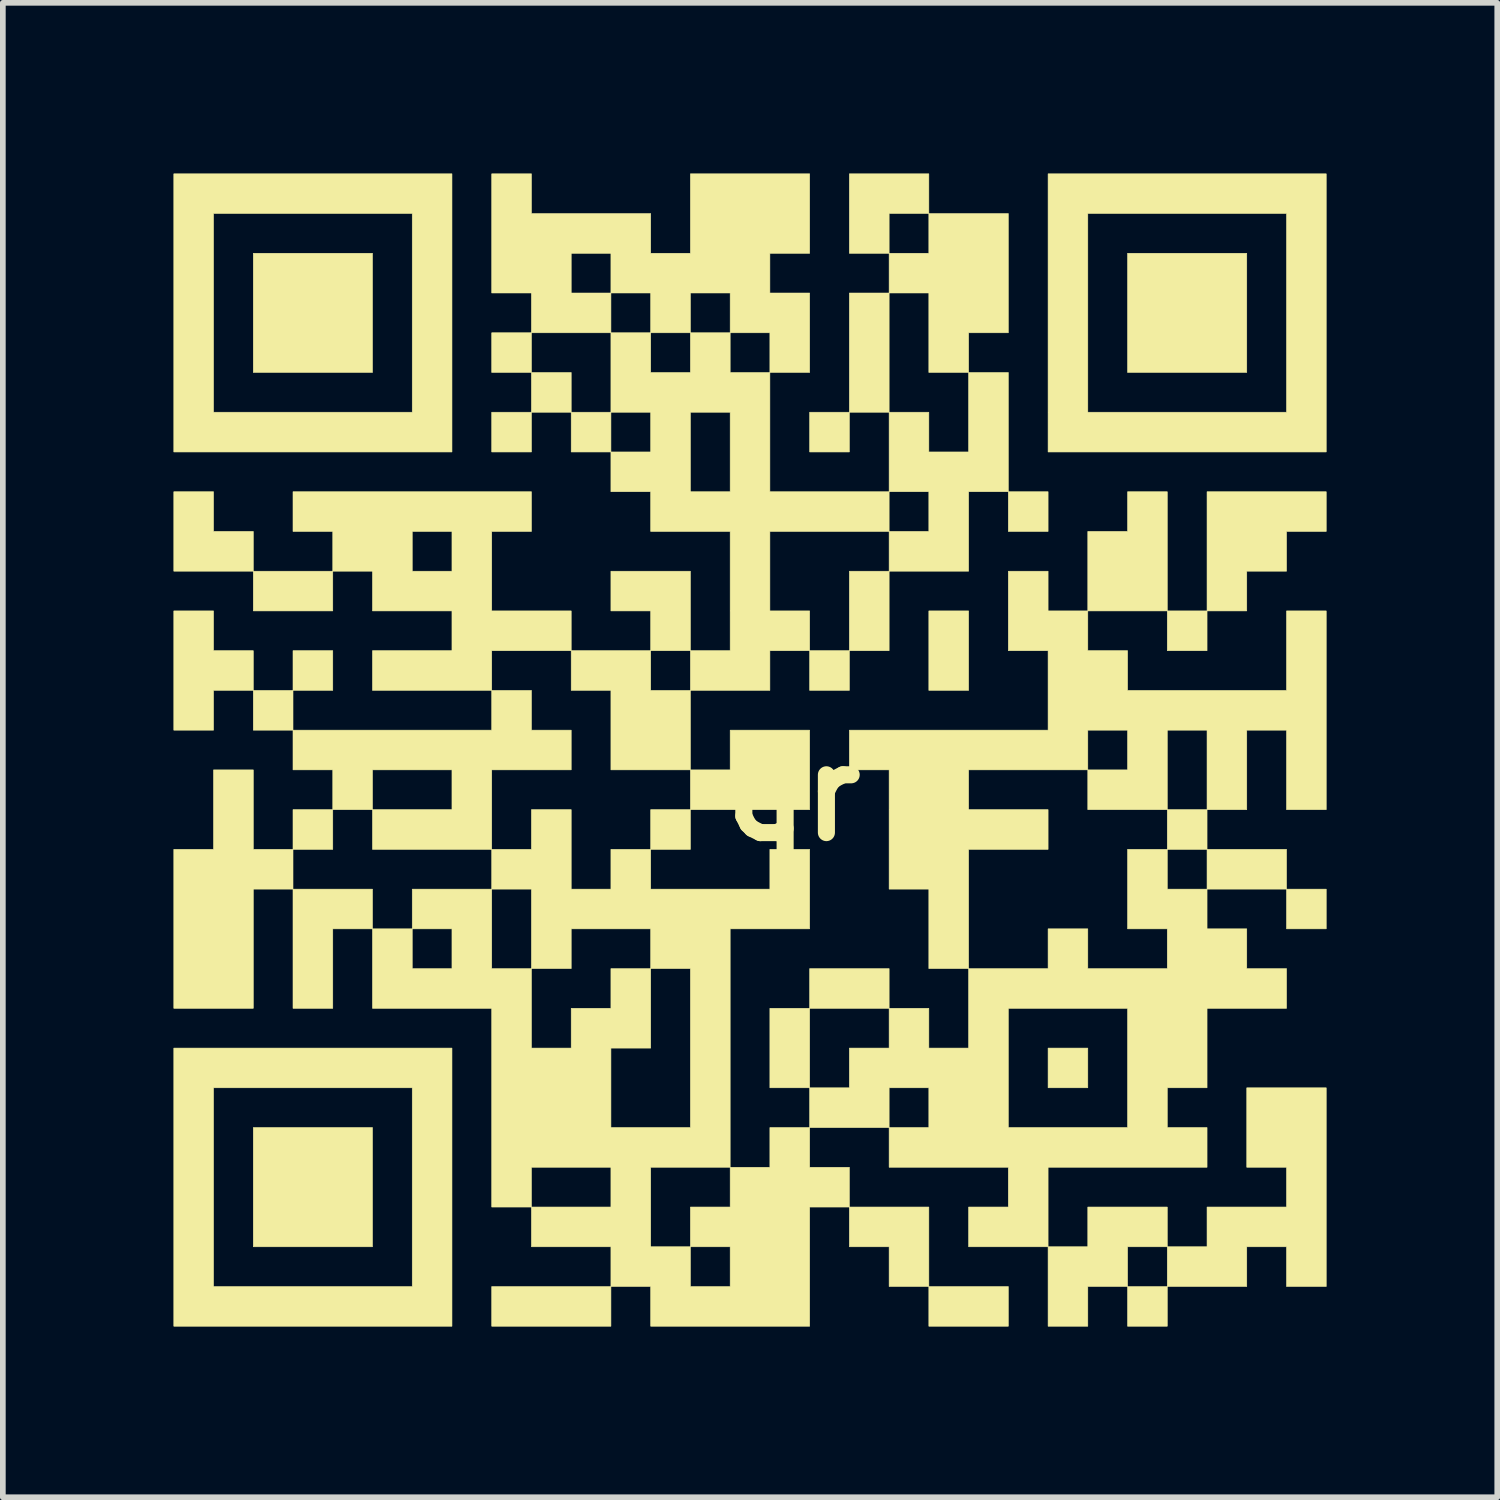
<source format=kicad_pcb>
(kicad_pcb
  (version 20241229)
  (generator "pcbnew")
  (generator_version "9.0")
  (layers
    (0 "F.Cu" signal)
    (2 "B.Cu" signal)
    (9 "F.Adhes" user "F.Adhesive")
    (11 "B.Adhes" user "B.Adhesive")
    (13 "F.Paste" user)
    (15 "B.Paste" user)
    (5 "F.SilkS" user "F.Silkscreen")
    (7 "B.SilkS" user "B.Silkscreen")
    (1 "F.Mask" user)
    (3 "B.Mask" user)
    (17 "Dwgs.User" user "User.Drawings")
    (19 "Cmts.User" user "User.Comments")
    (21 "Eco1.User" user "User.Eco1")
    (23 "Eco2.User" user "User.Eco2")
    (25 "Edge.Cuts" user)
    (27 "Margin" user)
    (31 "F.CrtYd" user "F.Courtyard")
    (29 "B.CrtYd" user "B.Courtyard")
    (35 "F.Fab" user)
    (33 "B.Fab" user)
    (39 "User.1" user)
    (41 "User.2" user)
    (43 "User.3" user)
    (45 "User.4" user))
  (footprint "qr"
    (layer "F.Cu")
    (at 10.895 10.895)
    (property "Reference" "qr" (at 0 0 0) (layer "F.SilkS") (effects (font (size 1.524 1.524) (thickness 0.3))))
    (attr through_hole)
    (fp_poly (pts (xy -8.795 -2.508) (xy -8.096 -2.508) (xy -8.096 -1.81) (xy -8.795 -1.81) (xy -8.795 -2.508)) (stroke (width 0.01) (type solid)) (fill yes) (layer "F.SilkS"))
    (fp_poly (pts (xy -8.795 -1.81) (xy -8.795 -1.111) (xy -9.493 -1.111) (xy -9.493 -1.81) (xy -8.795 -1.81)) (stroke (width 0.01) (type solid)) (fill yes) (layer "F.SilkS"))
    (fp_poly (pts (xy -8.795 0.286) (xy -8.096 0.286) (xy -8.096 0.984) (xy -8.795 0.984) (xy -8.795 0.286)) (stroke (width 0.01) (type solid)) (fill yes) (layer "F.SilkS"))
    (fp_poly (pts (xy -8.096 -3.905) (xy -8.096 -3.207) (xy -9.493 -3.207) (xy -9.493 -3.905) (xy -8.096 -3.905)) (stroke (width 0.01) (type solid)) (fill yes) (layer "F.SilkS"))
    (fp_poly (pts (xy -7.398 -7.398) (xy -9.493 -7.398) (xy -9.493 -9.493) (xy -7.398 -9.493) (xy -7.398 -7.398)) (stroke (width 0.01) (type solid)) (fill yes) (layer "F.SilkS"))
    (fp_poly (pts (xy -7.398 7.969) (xy -9.493 7.969) (xy -9.493 5.874) (xy -7.398 5.874) (xy -7.398 7.969)) (stroke (width 0.01) (type solid)) (fill yes) (layer "F.SilkS"))
    (fp_poly (pts (xy -5.302 -7.398) (xy -5.302 -8.096) (xy -4.604 -8.096) (xy -4.604 -7.398) (xy -5.302 -7.398)) (stroke (width 0.01) (type solid)) (fill yes) (layer "F.SilkS"))
    (fp_poly (pts (xy -4.604 -7.398) (xy -3.905 -7.398) (xy -3.905 -6.699) (xy -4.604 -6.699) (xy -4.604 -7.398)) (stroke (width 0.01) (type solid)) (fill yes) (layer "F.SilkS"))
    (fp_poly (pts (xy -4.604 -6.001) (xy -5.302 -6.001) (xy -5.302 -6.699) (xy -4.604 -6.699) (xy -4.604 -6.001)) (stroke (width 0.01) (type solid)) (fill yes) (layer "F.SilkS"))
    (fp_poly (pts (xy -3.207 9.366) (xy -5.302 9.366) (xy -5.302 8.668) (xy -3.207 8.668) (xy -3.207 9.366)) (stroke (width 0.01) (type solid)) (fill yes) (layer "F.SilkS"))
    (fp_poly (pts (xy -2.508 0.286) (xy -1.81 0.286) (xy -1.81 0.984) (xy -2.508 0.984) (xy -2.508 0.286)) (stroke (width 0.01) (type solid)) (fill yes) (layer "F.SilkS"))
    (fp_poly (pts (xy 0.984 -8.795) (xy 1.683 -8.795) (xy 1.683 -6.699) (xy 0.984 -6.699) (xy 0.984 -8.795)) (stroke (width 0.01) (type solid)) (fill yes) (layer "F.SilkS"))
    (fp_poly (pts (xy 0.984 -6.001) (xy 0.286 -6.001) (xy 0.286 -6.699) (xy 0.984 -6.699) (xy 0.984 -6.001)) (stroke (width 0.01) (type solid)) (fill yes) (layer "F.SilkS"))
    (fp_poly (pts (xy 3.08 -1.81) (xy 2.381 -1.81) (xy 2.381 -3.207) (xy 3.08 -3.207) (xy 3.08 -1.81)) (stroke (width 0.01) (type solid)) (fill yes) (layer "F.SilkS"))
    (fp_poly (pts (xy 3.778 8.668) (xy 3.778 9.366) (xy 2.381 9.366) (xy 2.381 8.668) (xy 3.778 8.668)) (stroke (width 0.01) (type solid)) (fill yes) (layer "F.SilkS"))
    (fp_poly (pts (xy 4.477 -4.604) (xy 3.778 -4.604) (xy 3.778 -5.302) (xy 4.477 -5.302) (xy 4.477 -4.604)) (stroke (width 0.01) (type solid)) (fill yes) (layer "F.SilkS"))
    (fp_poly (pts (xy 5.175 5.175) (xy 4.477 5.175) (xy 4.477 4.477) (xy 5.175 4.477) (xy 5.175 5.175)) (stroke (width 0.01) (type solid)) (fill yes) (layer "F.SilkS"))
    (fp_poly (pts (xy 7.271 -2.508) (xy 6.572 -2.508) (xy 6.572 -3.207) (xy 7.271 -3.207) (xy 7.271 -2.508)) (stroke (width 0.01) (type solid)) (fill yes) (layer "F.SilkS"))
    (fp_poly (pts (xy 7.271 0.984) (xy 8.668 0.984) (xy 8.668 1.683) (xy 7.271 1.683) (xy 7.271 0.984)) (stroke (width 0.01) (type solid)) (fill yes) (layer "F.SilkS"))
    (fp_poly (pts (xy 7.969 -7.398) (xy 5.874 -7.398) (xy 5.874 -9.493) (xy 7.969 -9.493) (xy 7.969 -7.398)) (stroke (width 0.01) (type solid)) (fill yes) (layer "F.SilkS"))
    (fp_poly (pts (xy 9.366 2.381) (xy 8.668 2.381) (xy 8.668 1.683) (xy 9.366 1.683) (xy 9.366 2.381)) (stroke (width 0.01) (type solid)) (fill yes) (layer "F.SilkS"))
    (fp_poly (pts (xy -10.89 -3.905) (xy -10.89 -5.302) (xy -10.192 -5.302) (xy -10.192 -4.604) (xy -9.493 -4.604) (xy -9.493 -3.905) (xy -10.89 -3.905)) (stroke (width 0.01) (type solid)) (fill yes) (layer "F.SilkS"))
    (fp_poly (pts (xy -7.398 2.381) (xy -8.096 2.381) (xy -8.096 3.778) (xy -8.795 3.778) (xy -8.795 1.683) (xy -7.398 1.683) (xy -7.398 2.381)) (stroke (width 0.01) (type solid)) (fill yes) (layer "F.SilkS"))
    (fp_poly (pts (xy -1.81 -0.413) (xy -1.111 -0.413) (xy -1.111 -1.111) (xy 0.286 -1.111) (xy 0.286 0.286) (xy -1.81 0.286) (xy -1.81 -0.413)) (stroke (width 0.01) (type solid)) (fill yes) (layer "F.SilkS"))
    (fp_poly (pts (xy 1.683 8.668) (xy 1.683 7.969) (xy 0.984 7.969) (xy 0.984 7.271) (xy 2.381 7.271) (xy 2.381 8.668) (xy 1.683 8.668)) (stroke (width 0.01) (type solid)) (fill yes) (layer "F.SilkS"))
    (fp_poly (pts (xy 5.175 -3.207) (xy 5.175 -4.604) (xy 5.874 -4.604) (xy 5.874 -5.302) (xy 6.572 -5.302) (xy 6.572 -3.207) (xy 5.175 -3.207)) (stroke (width 0.01) (type solid)) (fill yes) (layer "F.SilkS"))
    (fp_poly (pts (xy -10.192 -1.81) (xy -10.192 -1.111) (xy -10.89 -1.111) (xy -10.89 -3.207) (xy -10.192 -3.207) (xy -10.192 -2.508) (xy -9.493 -2.508) (xy -9.493 -1.81) (xy -10.192 -1.81)) (stroke (width 0.01) (type solid)) (fill yes) (layer "F.SilkS"))
    (fp_poly (pts (xy 7.271 -5.302) (xy 9.366 -5.302) (xy 9.366 -4.604) (xy 8.668 -4.604) (xy 8.668 -3.905) (xy 7.969 -3.905) (xy 7.969 -3.207) (xy 7.271 -3.207) (xy 7.271 -5.302)) (stroke (width 0.01) (type solid)) (fill yes) (layer "F.SilkS"))
    (fp_poly (pts (xy -8.795 1.683) (xy -9.493 1.683) (xy -9.493 3.778) (xy -10.89 3.778) (xy -10.89 0.984) (xy -10.192 0.984) (xy -10.192 -0.413) (xy -9.493 -0.413) (xy -9.493 0.984) (xy -8.795 0.984) (xy -8.795 1.683)) (stroke (width 0.01) (type solid)) (fill yes) (layer "F.SilkS"))
    (fp_poly (pts (xy -6.001 -6.001) (xy -10.89 -6.001) (xy -10.89 -10.192) (xy -10.192 -10.192) (xy -10.192 -6.699) (xy -6.699 -6.699) (xy -6.699 -10.192) (xy -10.192 -10.192) (xy -10.89 -10.192) (xy -10.89 -10.89) (xy -6.001 -10.89) (xy -6.001 -6.001)) (stroke (width 0.01) (type solid)) (fill yes) (layer "F.SilkS"))
    (fp_poly (pts (xy -6.001 9.366) (xy -10.89 9.366) (xy -10.89 5.175) (xy -10.192 5.175) (xy -10.192 8.668) (xy -6.699 8.668) (xy -6.699 5.175) (xy -10.192 5.175) (xy -10.89 5.175) (xy -10.89 4.477) (xy -6.001 4.477) (xy -6.001 9.366)) (stroke (width 0.01) (type solid)) (fill yes) (layer "F.SilkS"))
    (fp_poly (pts (xy 9.366 -6.001) (xy 4.477 -6.001) (xy 4.477 -10.192) (xy 5.175 -10.192) (xy 5.175 -6.699) (xy 8.668 -6.699) (xy 8.668 -10.192) (xy 5.175 -10.192) (xy 4.477 -10.192) (xy 4.477 -10.89) (xy 9.366 -10.89) (xy 9.366 -6.001)) (stroke (width 0.01) (type solid)) (fill yes) (layer "F.SilkS"))
    (fp_poly (pts (xy 1.683 -9.493) (xy 0.984 -9.493) (xy 0.984 -10.192) (xy 1.683 -10.192) (xy 1.683 -9.493) (xy 2.381 -9.493) (xy 2.381 -10.192) (xy 1.683 -10.192) (xy 0.984 -10.192) (xy 0.984 -10.89) (xy 2.381 -10.89) (xy 2.381 -10.192) (xy 3.778 -10.192) (xy 3.778 -8.096) (xy 3.08 -8.096) (xy 3.08 -7.398) (xy 2.381 -7.398) (xy 2.381 -8.795) (xy 1.683 -8.795) (xy 1.683 -9.493)) (stroke (width 0.01) (type solid)) (fill yes) (layer "F.SilkS"))
    (fp_poly (pts (xy -8.096 0.286) (xy -8.096 -0.413) (xy -7.398 -0.413) (xy -7.398 0.286) (xy -6.001 0.286) (xy -6.001 -0.413) (xy -7.398 -0.413) (xy -8.096 -0.413) (xy -8.795 -0.413) (xy -8.795 -1.111) (xy -5.302 -1.111) (xy -5.302 -1.81) (xy -4.604 -1.81) (xy -4.604 -1.111) (xy -3.905 -1.111) (xy -3.905 -0.413) (xy -5.302 -0.413) (xy -5.302 0.984) (xy -7.398 0.984) (xy -7.398 0.286) (xy -8.096 0.286)) (stroke (width 0.01) (type solid)) (fill yes) (layer "F.SilkS"))
    (fp_poly (pts (xy -7.398 -1.81) (xy -7.398 -2.508) (xy -6.001 -2.508) (xy -6.001 -3.207) (xy -7.398 -3.207) (xy -7.398 -3.905) (xy -8.096 -3.905) (xy -8.096 -4.604) (xy -6.699 -4.604) (xy -6.699 -3.905) (xy -6.001 -3.905) (xy -6.001 -4.604) (xy -6.699 -4.604) (xy -8.096 -4.604) (xy -8.795 -4.604) (xy -8.795 -5.302) (xy -4.604 -5.302) (xy -4.604 -4.604) (xy -5.302 -4.604) (xy -5.302 -3.207) (xy -3.905 -3.207) (xy -3.905 -2.508) (xy -5.302 -2.508) (xy -5.302 -1.81) (xy -7.398 -1.81)) (stroke (width 0.01) (type solid)) (fill yes) (layer "F.SilkS"))
    (fp_poly (pts (xy 5.175 7.969) (xy 5.874 7.969) (xy 5.874 8.668) (xy 6.572 8.668) (xy 6.572 7.969) (xy 5.874 7.969) (xy 5.175 7.969) (xy 5.175 7.271) (xy 6.572 7.271) (xy 6.572 7.969) (xy 7.271 7.969) (xy 7.271 7.271) (xy 8.668 7.271) (xy 8.668 6.572) (xy 7.969 6.572) (xy 7.969 5.175) (xy 9.366 5.175) (xy 9.366 8.668) (xy 8.668 8.668) (xy 8.668 7.969) (xy 7.969 7.969) (xy 7.969 8.668) (xy 6.572 8.668) (xy 6.572 9.366) (xy 5.874 9.366) (xy 5.874 8.668) (xy 5.175 8.668) (xy 5.175 9.366) (xy 4.477 9.366) (xy 4.477 7.969) (xy 5.175 7.969)) (stroke (width 0.01) (type solid)) (fill yes) (layer "F.SilkS"))
    (fp_poly (pts (xy 0.286 6.572) (xy 0.984 6.572) (xy 0.984 7.271) (xy 0.286 7.271) (xy 0.286 9.366) (xy -2.508 9.366) (xy -2.508 8.668) (xy -1.81 8.668) (xy -1.111 8.668) (xy -1.111 7.969) (xy -1.81 7.969) (xy -1.81 8.668) (xy -2.508 8.668) (xy -3.207 8.668) (xy -3.207 7.969) (xy -4.604 7.969) (xy -4.604 7.271) (xy -5.302 7.271) (xy -5.302 6.572) (xy -4.604 6.572) (xy -4.604 7.271) (xy -3.207 7.271) (xy -3.207 6.572) (xy -2.508 6.572) (xy -2.508 7.969) (xy -1.81 7.969) (xy -1.81 7.271) (xy -1.111 7.271) (xy -1.111 6.572) (xy -2.508 6.572) (xy -3.207 6.572) (xy -4.604 6.572) (xy -5.302 6.572) (xy -5.302 4.477) (xy -4.604 4.477) (xy -3.905 4.477) (xy -3.207 4.477) (xy -3.207 5.874) (xy -1.81 5.874) (xy -1.81 3.08) (xy -2.508 3.08) (xy -2.508 4.477) (xy -3.207 4.477) (xy -3.905 4.477) (xy -3.905 3.778) (xy -3.207 3.778) (xy -3.207 3.08) (xy -2.508 3.08) (xy -2.508 2.381) (xy -3.905 2.381) (xy -3.905 3.08) (xy -4.604 3.08) (xy -4.604 4.477) (xy -5.302 4.477) (xy -5.302 3.778) (xy -7.398 3.778) (xy -7.398 2.381) (xy -6.699 2.381) (xy -6.699 3.08) (xy -6.001 3.08) (xy -6.001 2.381) (xy -6.699 2.381) (xy -6.699 1.683) (xy -5.302 1.683) (xy -5.302 3.08) (xy -4.604 3.08) (xy -4.604 1.683) (xy -5.302 1.683) (xy -5.302 0.984) (xy -4.604 0.984) (xy -4.604 0.286) (xy -3.905 0.286) (xy -3.905 1.683) (xy -3.207 1.683) (xy -3.207 0.984) (xy -2.508 0.984) (xy -2.508 1.683) (xy -0.413 1.683) (xy -0.413 0.984) (xy 0.286 0.984) (xy 0.286 2.381) (xy -1.111 2.381) (xy -1.111 6.572) (xy -0.413 6.572) (xy -0.413 5.874) (xy 0.286 5.874) (xy 0.286 6.572)) (stroke (width 0.01) (type solid)) (fill yes) (layer "F.SilkS"))
    (fp_poly (pts (xy 2.381 3.778) (xy 2.381 4.477) (xy 3.08 4.477) (xy 3.08 3.778) (xy 3.778 3.778) (xy 3.778 5.874) (xy 5.874 5.874) (xy 5.874 3.778) (xy 3.778 3.778) (xy 3.08 3.778) (xy 3.08 3.08) (xy 2.381 3.08) (xy 2.381 1.683) (xy 1.683 1.683) (xy 1.683 -0.413) (xy 3.08 -0.413) (xy 3.08 0.286) (xy 4.477 0.286) (xy 4.477 0.984) (xy 3.08 0.984) (xy 3.08 3.08) (xy 4.477 3.08) (xy 4.477 2.381) (xy 5.175 2.381) (xy 5.175 3.08) (xy 6.572 3.08) (xy 6.572 2.381) (xy 5.874 2.381) (xy 5.874 0.984) (xy 6.572 0.984) (xy 6.572 0.286) (xy 5.175 0.286) (xy 5.175 -0.413) (xy 3.08 -0.413) (xy 1.683 -0.413) (xy 0.984 -0.413) (xy 0.984 -1.111) (xy 4.477 -1.111) (xy 5.175 -1.111) (xy 5.175 -0.413) (xy 5.874 -0.413) (xy 5.874 -1.111) (xy 6.572 -1.111) (xy 6.572 0.286) (xy 7.271 0.286) (xy 7.271 -1.111) (xy 6.572 -1.111) (xy 5.874 -1.111) (xy 5.175 -1.111) (xy 4.477 -1.111) (xy 4.477 -2.508) (xy 3.778 -2.508) (xy 3.778 -3.905) (xy 4.477 -3.905) (xy 4.477 -3.207) (xy 5.175 -3.207) (xy 5.175 -2.508) (xy 5.874 -2.508) (xy 5.874 -1.81) (xy 8.668 -1.81) (xy 8.668 -3.207) (xy 9.366 -3.207) (xy 9.366 0.286) (xy 8.668 0.286) (xy 8.668 -1.111) (xy 7.969 -1.111) (xy 7.969 0.286) (xy 7.271 0.286) (xy 7.271 0.984) (xy 6.572 0.984) (xy 6.572 1.683) (xy 7.271 1.683) (xy 7.271 2.381) (xy 7.969 2.381) (xy 7.969 3.08) (xy 8.668 3.08) (xy 8.668 3.778) (xy 7.271 3.778) (xy 7.271 5.175) (xy 6.572 5.175) (xy 6.572 5.874) (xy 7.271 5.874) (xy 7.271 6.572) (xy 4.477 6.572) (xy 4.477 7.969) (xy 3.08 7.969) (xy 3.08 7.271) (xy 3.778 7.271) (xy 3.778 6.572) (xy 1.683 6.572) (xy 1.683 5.874) (xy 0.286 5.874) (xy 0.286 5.175) (xy -0.413 5.175) (xy -0.413 3.778) (xy 0.286 3.778) (xy 0.286 5.175) (xy 0.984 5.175) (xy 1.683 5.175) (xy 1.683 5.874) (xy 2.381 5.874) (xy 2.381 5.175) (xy 1.683 5.175) (xy 0.984 5.175) (xy 0.984 4.477) (xy 1.683 4.477) (xy 1.683 3.778) (xy 0.286 3.778) (xy 0.286 3.08) (xy 1.683 3.08) (xy 1.683 3.778) (xy 2.381 3.778)) (stroke (width 0.01) (type solid)) (fill yes) (layer "F.SilkS"))
    (fp_poly (pts (xy 3.778 -7.398) (xy 3.778 -5.302) (xy 3.08 -5.302) (xy 3.08 -3.905) (xy 1.683 -3.905) (xy 1.683 -2.508) (xy 0.984 -2.508) (xy 0.984 -1.81) (xy 0.286 -1.81) (xy 0.286 -2.508) (xy -0.413 -2.508) (xy -0.413 -1.81) (xy -1.81 -1.81) (xy -1.81 -0.413) (xy -3.207 -0.413) (xy -3.207 -1.81) (xy -3.905 -1.81) (xy -3.905 -2.508) (xy -2.508 -2.508) (xy -2.508 -1.81) (xy -1.81 -1.81) (xy -1.81 -2.508) (xy -2.508 -2.508) (xy -2.508 -3.207) (xy -3.207 -3.207) (xy -3.207 -3.905) (xy -1.81 -3.905) (xy -1.81 -2.508) (xy -1.111 -2.508) (xy -1.111 -4.604) (xy -0.413 -4.604) (xy -0.413 -3.207) (xy 0.286 -3.207) (xy 0.286 -2.508) (xy 0.984 -2.508) (xy 0.984 -3.905) (xy 1.683 -3.905) (xy 1.683 -4.604) (xy -0.413 -4.604) (xy -1.111 -4.604) (xy -2.508 -4.604) (xy -2.508 -5.302) (xy -3.207 -5.302) (xy -3.207 -6.001) (xy -3.905 -6.001) (xy -3.905 -6.699) (xy -3.207 -6.699) (xy -3.207 -6.001) (xy -2.508 -6.001) (xy -2.508 -6.699) (xy -1.81 -6.699) (xy -1.81 -5.302) (xy -1.111 -5.302) (xy -1.111 -6.699) (xy -1.81 -6.699) (xy -2.508 -6.699) (xy -3.207 -6.699) (xy -3.207 -8.096) (xy -4.604 -8.096) (xy -4.604 -8.795) (xy -5.302 -8.795) (xy -5.302 -9.493) (xy -3.905 -9.493) (xy -3.905 -8.795) (xy -3.207 -8.795) (xy -3.207 -8.096) (xy -2.508 -8.096) (xy -2.508 -7.398) (xy -1.81 -7.398) (xy -1.81 -8.096) (xy -2.508 -8.096) (xy -2.508 -8.795) (xy -1.81 -8.795) (xy -1.81 -8.096) (xy -1.111 -8.096) (xy -1.111 -7.398) (xy -0.413 -7.398) (xy -0.413 -8.096) (xy -1.111 -8.096) (xy -1.111 -8.795) (xy -1.81 -8.795) (xy -2.508 -8.795) (xy -3.207 -8.795) (xy -3.207 -9.493) (xy -3.905 -9.493) (xy -5.302 -9.493) (xy -5.302 -10.89) (xy -4.604 -10.89) (xy -4.604 -10.192) (xy -2.508 -10.192) (xy -2.508 -9.493) (xy -1.81 -9.493) (xy -1.81 -10.89) (xy 0.286 -10.89) (xy 0.286 -9.493) (xy -0.413 -9.493) (xy -0.413 -8.795) (xy 0.286 -8.795) (xy 0.286 -7.398) (xy -0.413 -7.398) (xy -0.413 -5.302) (xy 1.683 -5.302) (xy 1.683 -4.604) (xy 2.381 -4.604) (xy 2.381 -5.302) (xy 1.683 -5.302) (xy 1.683 -6.699) (xy 2.381 -6.699) (xy 2.381 -6.001) (xy 3.08 -6.001) (xy 3.08 -7.398) (xy 3.778 -7.398)) (stroke (width 0.01) (type solid)) (fill yes) (layer "F.SilkS")))
  (gr_rect
    (start -3 -3)
    (end 23.267 23.267)
    (stroke (width 0.1) (type default))
    (fill no)
    (layer "Edge.Cuts")))
</source>
